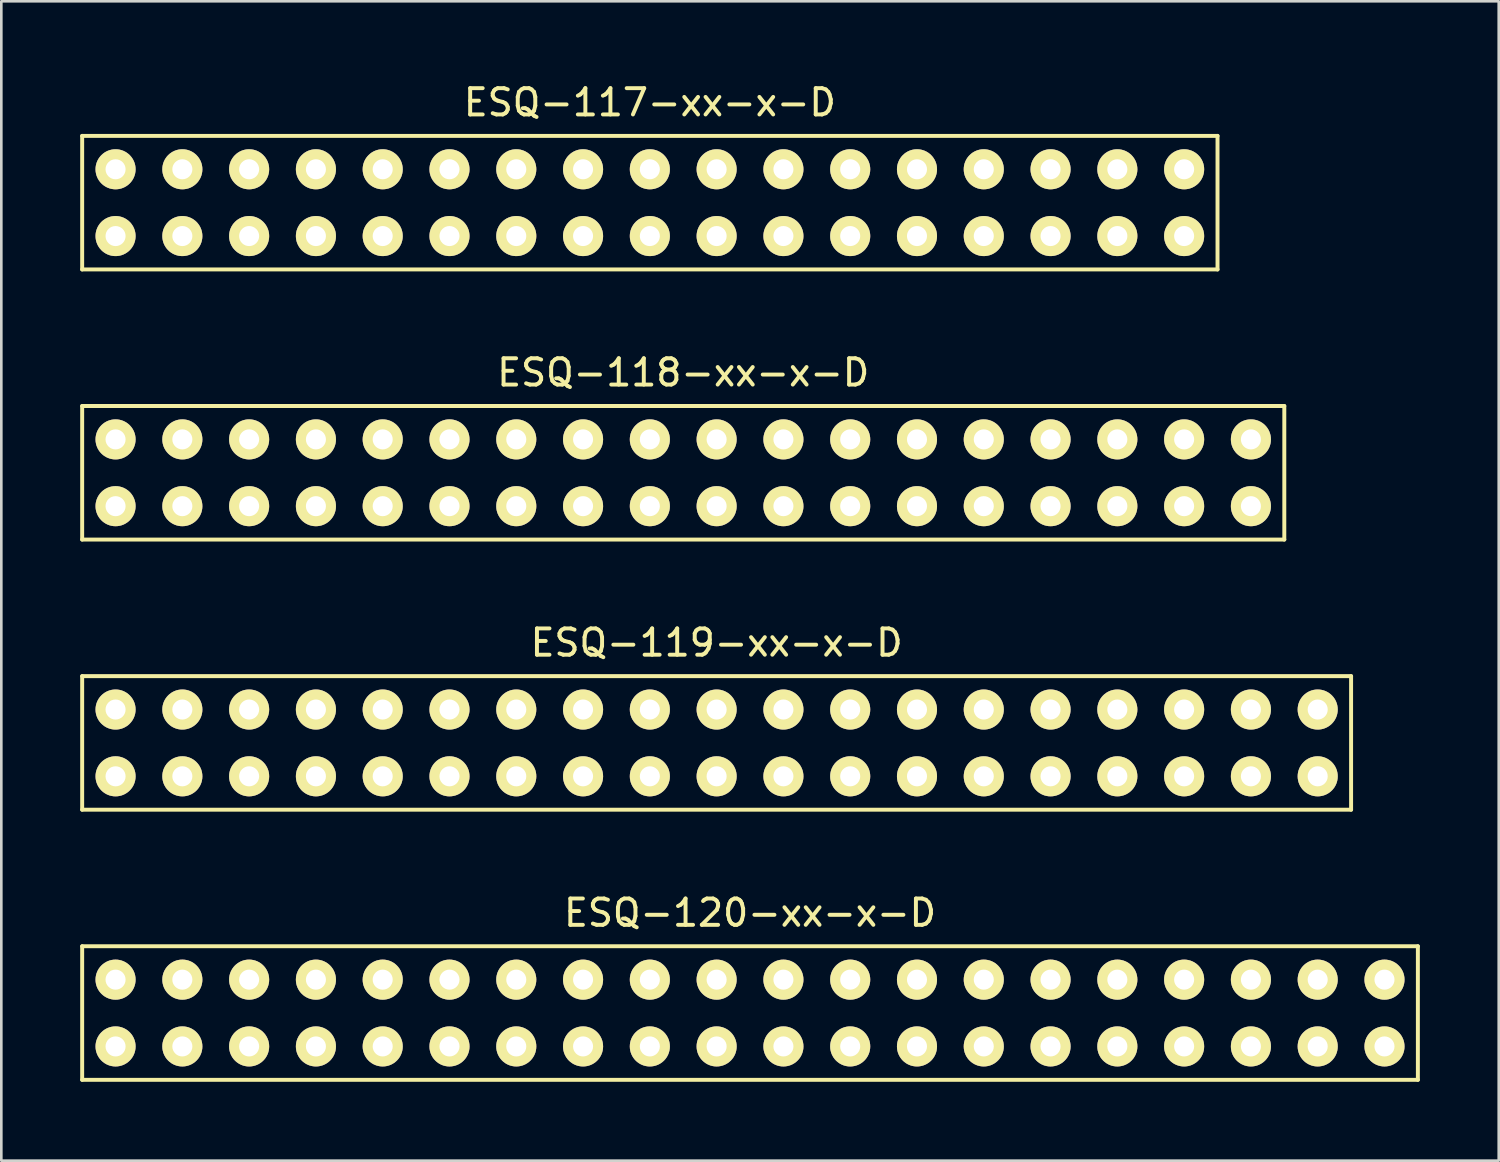
<source format=kicad_pcb>
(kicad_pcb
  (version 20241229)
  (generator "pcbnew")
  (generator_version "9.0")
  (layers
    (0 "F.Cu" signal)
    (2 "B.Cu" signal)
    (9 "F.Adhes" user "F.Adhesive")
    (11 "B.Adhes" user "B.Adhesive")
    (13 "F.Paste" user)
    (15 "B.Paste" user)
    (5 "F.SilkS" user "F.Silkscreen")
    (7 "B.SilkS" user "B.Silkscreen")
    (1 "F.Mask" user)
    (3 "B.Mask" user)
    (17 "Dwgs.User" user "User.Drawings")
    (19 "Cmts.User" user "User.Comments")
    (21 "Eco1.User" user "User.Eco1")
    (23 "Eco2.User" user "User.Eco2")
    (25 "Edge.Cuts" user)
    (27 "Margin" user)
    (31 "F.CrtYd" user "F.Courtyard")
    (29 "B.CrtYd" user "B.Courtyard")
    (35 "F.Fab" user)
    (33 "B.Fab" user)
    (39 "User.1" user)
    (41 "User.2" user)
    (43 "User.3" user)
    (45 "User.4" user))
  (footprint "ESQ-119-xx-x-D"
    (layer "F.Cu")
    (at 24.205 25.205)
    (property "Reference" "ESQ-119-xx-x-D" (at 0 -3.81 0) (layer "F.SilkS") (effects (font (size 1 1) (thickness 0.15))))
    (attr through_hole)
    (fp_line (start -24.13 2.54) (end -24.13 -2.54) (stroke (width 0.15) (type solid)) (layer "F.SilkS"))
    (fp_line (start -24.13 2.54) (end 24.13 2.54) (stroke (width 0.15) (type solid)) (layer "F.SilkS"))
    (fp_line (start 24.13 -2.54) (end -24.13 -2.54) (stroke (width 0.15) (type solid)) (layer "F.SilkS"))
    (fp_line (start 24.13 -2.54) (end 24.13 2.54) (stroke (width 0.15) (type solid)) (layer "F.SilkS"))
    (pad "1" thru_hole circle (at -22.86 -1.27) (size 1.524 1.524) (drill 0.762) (layers "*.Mask" "B.Cu" "F.SilkS"))
    (pad "2" thru_hole circle (at -22.86 1.27) (size 1.524 1.524) (drill 0.762) (layers "*.Mask" "B.Cu" "F.SilkS"))
    (pad "3" thru_hole circle (at -20.32 -1.27) (size 1.524 1.524) (drill 0.762) (layers "*.Mask" "B.Cu" "F.SilkS"))
    (pad "4" thru_hole circle (at -20.32 1.27) (size 1.524 1.524) (drill 0.762) (layers "*.Mask" "B.Cu" "F.SilkS"))
    (pad "5" thru_hole circle (at -17.78 -1.27) (size 1.524 1.524) (drill 0.762) (layers "*.Mask" "B.Cu" "F.SilkS"))
    (pad "6" thru_hole circle (at -17.78 1.27) (size 1.524 1.524) (drill 0.762) (layers "*.Mask" "B.Cu" "F.SilkS"))
    (pad "7" thru_hole circle (at -15.24 -1.27) (size 1.524 1.524) (drill 0.762) (layers "*.Mask" "B.Cu" "F.SilkS"))
    (pad "8" thru_hole circle (at -15.24 1.27) (size 1.524 1.524) (drill 0.762) (layers "*.Mask" "B.Cu" "F.SilkS"))
    (pad "9" thru_hole circle (at -12.7 -1.27) (size 1.524 1.524) (drill 0.762) (layers "*.Mask" "B.Cu" "F.SilkS"))
    (pad "10" thru_hole circle (at -12.7 1.27) (size 1.524 1.524) (drill 0.762) (layers "*.Mask" "B.Cu" "F.SilkS"))
    (pad "11" thru_hole circle (at -10.16 -1.27) (size 1.524 1.524) (drill 0.762) (layers "*.Mask" "B.Cu" "F.SilkS"))
    (pad "12" thru_hole circle (at -10.16 1.27) (size 1.524 1.524) (drill 0.762) (layers "*.Mask" "B.Cu" "F.SilkS"))
    (pad "13" thru_hole circle (at -7.62 -1.27) (size 1.524 1.524) (drill 0.762) (layers "*.Mask" "B.Cu" "F.SilkS"))
    (pad "14" thru_hole circle (at -7.62 1.27) (size 1.524 1.524) (drill 0.762) (layers "*.Mask" "B.Cu" "F.SilkS"))
    (pad "15" thru_hole circle (at -5.08 -1.27) (size 1.524 1.524) (drill 0.762) (layers "*.Mask" "B.Cu" "F.SilkS"))
    (pad "16" thru_hole circle (at -5.08 1.27) (size 1.524 1.524) (drill 0.762) (layers "*.Mask" "B.Cu" "F.SilkS"))
    (pad "17" thru_hole circle (at -2.54 -1.27) (size 1.524 1.524) (drill 0.762) (layers "*.Mask" "B.Cu" "F.SilkS"))
    (pad "18" thru_hole circle (at -2.54 1.27) (size 1.524 1.524) (drill 0.762) (layers "*.Mask" "B.Cu" "F.SilkS"))
    (pad "19" thru_hole circle (at 0 -1.27) (size 1.524 1.524) (drill 0.762) (layers "*.Mask" "B.Cu" "F.SilkS"))
    (pad "20" thru_hole circle (at 0 1.27) (size 1.524 1.524) (drill 0.762) (layers "*.Mask" "B.Cu" "F.SilkS"))
    (pad "21" thru_hole circle (at 2.54 -1.27) (size 1.524 1.524) (drill 0.762) (layers "*.Mask" "B.Cu" "F.SilkS"))
    (pad "22" thru_hole circle (at 2.54 1.27) (size 1.524 1.524) (drill 0.762) (layers "*.Mask" "B.Cu" "F.SilkS"))
    (pad "23" thru_hole circle (at 5.08 -1.27) (size 1.524 1.524) (drill 0.762) (layers "*.Mask" "B.Cu" "F.SilkS"))
    (pad "24" thru_hole circle (at 5.08 1.27) (size 1.524 1.524) (drill 0.762) (layers "*.Mask" "B.Cu" "F.SilkS"))
    (pad "25" thru_hole circle (at 7.62 -1.27) (size 1.524 1.524) (drill 0.762) (layers "*.Mask" "B.Cu" "F.SilkS"))
    (pad "26" thru_hole circle (at 7.62 1.27) (size 1.524 1.524) (drill 0.762) (layers "*.Mask" "B.Cu" "F.SilkS"))
    (pad "27" thru_hole circle (at 10.16 -1.27) (size 1.524 1.524) (drill 0.762) (layers "*.Mask" "B.Cu" "F.SilkS"))
    (pad "28" thru_hole circle (at 10.16 1.27) (size 1.524 1.524) (drill 0.762) (layers "*.Mask" "B.Cu" "F.SilkS"))
    (pad "29" thru_hole circle (at 12.7 -1.27) (size 1.524 1.524) (drill 0.762) (layers "*.Mask" "B.Cu" "F.SilkS"))
    (pad "30" thru_hole circle (at 12.7 1.27) (size 1.524 1.524) (drill 0.762) (layers "*.Mask" "B.Cu" "F.SilkS"))
    (pad "31" thru_hole circle (at 15.24 -1.27) (size 1.524 1.524) (drill 0.762) (layers "*.Mask" "B.Cu" "F.SilkS"))
    (pad "32" thru_hole circle (at 15.24 1.27) (size 1.524 1.524) (drill 0.762) (layers "*.Mask" "B.Cu" "F.SilkS"))
    (pad "33" thru_hole circle (at 17.78 -1.27) (size 1.524 1.524) (drill 0.762) (layers "*.Mask" "B.Cu" "F.SilkS"))
    (pad "34" thru_hole circle (at 17.78 1.27) (size 1.524 1.524) (drill 0.762) (layers "*.Mask" "B.Cu" "F.SilkS"))
    (pad "35" thru_hole circle (at 20.32 -1.27) (size 1.524 1.524) (drill 0.762) (layers "*.Mask" "B.Cu" "F.SilkS"))
    (pad "36" thru_hole circle (at 20.32 1.27) (size 1.524 1.524) (drill 0.762) (layers "*.Mask" "B.Cu" "F.SilkS"))
    (pad "37" thru_hole circle (at 22.86 -1.27) (size 1.524 1.524) (drill 0.762) (layers "*.Mask" "B.Cu" "F.SilkS"))
    (pad "38" thru_hole circle (at 22.86 1.27) (size 1.524 1.524) (drill 0.762) (layers "*.Mask" "B.Cu" "F.SilkS")))
  (footprint "ESQ-117-xx-x-D"
    (layer "F.Cu")
    (at 21.665 4.658)
    (property "Reference" "ESQ-117-xx-x-D" (at 0 -3.81 0) (layer "F.SilkS") (effects (font (size 1 1) (thickness 0.15))))
    (attr through_hole)
    (fp_line (start -21.59 -2.54) (end 21.59 -2.54) (stroke (width 0.15) (type solid)) (layer "F.SilkS"))
    (fp_line (start -21.59 2.54) (end -21.59 -2.54) (stroke (width 0.15) (type solid)) (layer "F.SilkS"))
    (fp_line (start -21.59 2.54) (end 21.59 2.54) (stroke (width 0.15) (type solid)) (layer "F.SilkS"))
    (fp_line (start 21.59 -2.54) (end 21.59 2.54) (stroke (width 0.15) (type solid)) (layer "F.SilkS"))
    (pad "1" thru_hole circle (at -20.32 -1.27) (size 1.524 1.524) (drill 0.762) (layers "*.Mask" "B.Cu" "F.SilkS"))
    (pad "2" thru_hole circle (at -20.32 1.27) (size 1.524 1.524) (drill 0.762) (layers "*.Mask" "B.Cu" "F.SilkS"))
    (pad "3" thru_hole circle (at -17.78 -1.27) (size 1.524 1.524) (drill 0.762) (layers "*.Mask" "B.Cu" "F.SilkS"))
    (pad "4" thru_hole circle (at -17.78 1.27) (size 1.524 1.524) (drill 0.762) (layers "*.Mask" "B.Cu" "F.SilkS"))
    (pad "5" thru_hole circle (at -15.24 -1.27) (size 1.524 1.524) (drill 0.762) (layers "*.Mask" "B.Cu" "F.SilkS"))
    (pad "6" thru_hole circle (at -15.24 1.27) (size 1.524 1.524) (drill 0.762) (layers "*.Mask" "B.Cu" "F.SilkS"))
    (pad "7" thru_hole circle (at -12.7 -1.27) (size 1.524 1.524) (drill 0.762) (layers "*.Mask" "B.Cu" "F.SilkS"))
    (pad "8" thru_hole circle (at -12.7 1.27) (size 1.524 1.524) (drill 0.762) (layers "*.Mask" "B.Cu" "F.SilkS"))
    (pad "9" thru_hole circle (at -10.16 -1.27) (size 1.524 1.524) (drill 0.762) (layers "*.Mask" "B.Cu" "F.SilkS"))
    (pad "10" thru_hole circle (at -10.16 1.27) (size 1.524 1.524) (drill 0.762) (layers "*.Mask" "B.Cu" "F.SilkS"))
    (pad "11" thru_hole circle (at -7.62 -1.27) (size 1.524 1.524) (drill 0.762) (layers "*.Mask" "B.Cu" "F.SilkS"))
    (pad "12" thru_hole circle (at -7.62 1.27) (size 1.524 1.524) (drill 0.762) (layers "*.Mask" "B.Cu" "F.SilkS"))
    (pad "13" thru_hole circle (at -5.08 -1.27) (size 1.524 1.524) (drill 0.762) (layers "*.Mask" "B.Cu" "F.SilkS"))
    (pad "14" thru_hole circle (at -5.08 1.27) (size 1.524 1.524) (drill 0.762) (layers "*.Mask" "B.Cu" "F.SilkS"))
    (pad "15" thru_hole circle (at -2.54 -1.27) (size 1.524 1.524) (drill 0.762) (layers "*.Mask" "B.Cu" "F.SilkS"))
    (pad "16" thru_hole circle (at -2.54 1.27) (size 1.524 1.524) (drill 0.762) (layers "*.Mask" "B.Cu" "F.SilkS"))
    (pad "17" thru_hole circle (at 0 -1.27) (size 1.524 1.524) (drill 0.762) (layers "*.Mask" "B.Cu" "F.SilkS"))
    (pad "18" thru_hole circle (at 0 1.27) (size 1.524 1.524) (drill 0.762) (layers "*.Mask" "B.Cu" "F.SilkS"))
    (pad "19" thru_hole circle (at 2.54 -1.27) (size 1.524 1.524) (drill 0.762) (layers "*.Mask" "B.Cu" "F.SilkS"))
    (pad "20" thru_hole circle (at 2.54 1.27) (size 1.524 1.524) (drill 0.762) (layers "*.Mask" "B.Cu" "F.SilkS"))
    (pad "21" thru_hole circle (at 5.08 -1.27) (size 1.524 1.524) (drill 0.762) (layers "*.Mask" "B.Cu" "F.SilkS"))
    (pad "22" thru_hole circle (at 5.08 1.27) (size 1.524 1.524) (drill 0.762) (layers "*.Mask" "B.Cu" "F.SilkS"))
    (pad "23" thru_hole circle (at 7.62 -1.27) (size 1.524 1.524) (drill 0.762) (layers "*.Mask" "B.Cu" "F.SilkS"))
    (pad "24" thru_hole circle (at 7.62 1.27) (size 1.524 1.524) (drill 0.762) (layers "*.Mask" "B.Cu" "F.SilkS"))
    (pad "25" thru_hole circle (at 10.16 -1.27) (size 1.524 1.524) (drill 0.762) (layers "*.Mask" "B.Cu" "F.SilkS"))
    (pad "26" thru_hole circle (at 10.16 1.27) (size 1.524 1.524) (drill 0.762) (layers "*.Mask" "B.Cu" "F.SilkS"))
    (pad "27" thru_hole circle (at 12.7 -1.27) (size 1.524 1.524) (drill 0.762) (layers "*.Mask" "B.Cu" "F.SilkS"))
    (pad "28" thru_hole circle (at 12.7 1.27) (size 1.524 1.524) (drill 0.762) (layers "*.Mask" "B.Cu" "F.SilkS"))
    (pad "29" thru_hole circle (at 15.24 -1.27) (size 1.524 1.524) (drill 0.762) (layers "*.Mask" "B.Cu" "F.SilkS"))
    (pad "30" thru_hole circle (at 15.24 1.27) (size 1.524 1.524) (drill 0.762) (layers "*.Mask" "B.Cu" "F.SilkS"))
    (pad "31" thru_hole circle (at 17.78 -1.27) (size 1.524 1.524) (drill 0.762) (layers "*.Mask" "B.Cu" "F.SilkS"))
    (pad "32" thru_hole circle (at 17.78 1.27) (size 1.524 1.524) (drill 0.762) (layers "*.Mask" "B.Cu" "F.SilkS"))
    (pad "33" thru_hole circle (at 20.32 -1.27) (size 1.524 1.524) (drill 0.762) (layers "*.Mask" "B.Cu" "F.SilkS"))
    (pad "34" thru_hole circle (at 20.32 1.27) (size 1.524 1.524) (drill 0.762) (layers "*.Mask" "B.Cu" "F.SilkS")))
  (footprint "ESQ-118-xx-x-D"
    (layer "F.Cu")
    (at 22.935 14.931)
    (property "Reference" "ESQ-118-xx-x-D" (at 0 -3.81 0) (layer "F.SilkS") (effects (font (size 1 1) (thickness 0.15))))
    (attr through_hole)
    (fp_line (start -22.86 -2.54) (end 22.86 -2.54) (stroke (width 0.15) (type solid)) (layer "F.SilkS"))
    (fp_line (start -22.86 2.54) (end -22.86 -2.54) (stroke (width 0.15) (type solid)) (layer "F.SilkS"))
    (fp_line (start 22.86 -2.54) (end 22.86 2.54) (stroke (width 0.15) (type solid)) (layer "F.SilkS"))
    (fp_line (start 22.86 2.54) (end -22.86 2.54) (stroke (width 0.15) (type solid)) (layer "F.SilkS"))
    (pad "1" thru_hole circle (at -21.59 -1.27) (size 1.524 1.524) (drill 0.762) (layers "*.Mask" "B.Cu" "F.SilkS"))
    (pad "2" thru_hole circle (at -21.59 1.27) (size 1.524 1.524) (drill 0.762) (layers "*.Mask" "B.Cu" "F.SilkS"))
    (pad "3" thru_hole circle (at -19.05 -1.27) (size 1.524 1.524) (drill 0.762) (layers "*.Mask" "B.Cu" "F.SilkS"))
    (pad "4" thru_hole circle (at -19.05 1.27) (size 1.524 1.524) (drill 0.762) (layers "*.Mask" "B.Cu" "F.SilkS"))
    (pad "5" thru_hole circle (at -16.51 -1.27) (size 1.524 1.524) (drill 0.762) (layers "*.Mask" "B.Cu" "F.SilkS"))
    (pad "6" thru_hole circle (at -16.51 1.27) (size 1.524 1.524) (drill 0.762) (layers "*.Mask" "B.Cu" "F.SilkS"))
    (pad "7" thru_hole circle (at -13.97 -1.27) (size 1.524 1.524) (drill 0.762) (layers "*.Mask" "B.Cu" "F.SilkS"))
    (pad "8" thru_hole circle (at -13.97 1.27) (size 1.524 1.524) (drill 0.762) (layers "*.Mask" "B.Cu" "F.SilkS"))
    (pad "9" thru_hole circle (at -11.43 -1.27) (size 1.524 1.524) (drill 0.762) (layers "*.Mask" "B.Cu" "F.SilkS"))
    (pad "10" thru_hole circle (at -11.43 1.27) (size 1.524 1.524) (drill 0.762) (layers "*.Mask" "B.Cu" "F.SilkS"))
    (pad "11" thru_hole circle (at -8.89 -1.27) (size 1.524 1.524) (drill 0.762) (layers "*.Mask" "B.Cu" "F.SilkS"))
    (pad "12" thru_hole circle (at -8.89 1.27) (size 1.524 1.524) (drill 0.762) (layers "*.Mask" "B.Cu" "F.SilkS"))
    (pad "13" thru_hole circle (at -6.35 -1.27) (size 1.524 1.524) (drill 0.762) (layers "*.Mask" "B.Cu" "F.SilkS"))
    (pad "14" thru_hole circle (at -6.35 1.27) (size 1.524 1.524) (drill 0.762) (layers "*.Mask" "B.Cu" "F.SilkS"))
    (pad "15" thru_hole circle (at -3.81 -1.27) (size 1.524 1.524) (drill 0.762) (layers "*.Mask" "B.Cu" "F.SilkS"))
    (pad "16" thru_hole circle (at -3.81 1.27) (size 1.524 1.524) (drill 0.762) (layers "*.Mask" "B.Cu" "F.SilkS"))
    (pad "17" thru_hole circle (at -1.27 -1.27) (size 1.524 1.524) (drill 0.762) (layers "*.Mask" "B.Cu" "F.SilkS"))
    (pad "18" thru_hole circle (at -1.27 1.27) (size 1.524 1.524) (drill 0.762) (layers "*.Mask" "B.Cu" "F.SilkS"))
    (pad "19" thru_hole circle (at 1.27 -1.27) (size 1.524 1.524) (drill 0.762) (layers "*.Mask" "B.Cu" "F.SilkS"))
    (pad "20" thru_hole circle (at 1.27 1.27) (size 1.524 1.524) (drill 0.762) (layers "*.Mask" "B.Cu" "F.SilkS"))
    (pad "21" thru_hole circle (at 3.81 -1.27) (size 1.524 1.524) (drill 0.762) (layers "*.Mask" "B.Cu" "F.SilkS"))
    (pad "22" thru_hole circle (at 3.81 1.27) (size 1.524 1.524) (drill 0.762) (layers "*.Mask" "B.Cu" "F.SilkS"))
    (pad "23" thru_hole circle (at 6.35 -1.27) (size 1.524 1.524) (drill 0.762) (layers "*.Mask" "B.Cu" "F.SilkS"))
    (pad "24" thru_hole circle (at 6.35 1.27) (size 1.524 1.524) (drill 0.762) (layers "*.Mask" "B.Cu" "F.SilkS"))
    (pad "25" thru_hole circle (at 8.89 -1.27) (size 1.524 1.524) (drill 0.762) (layers "*.Mask" "B.Cu" "F.SilkS"))
    (pad "26" thru_hole circle (at 8.89 1.27) (size 1.524 1.524) (drill 0.762) (layers "*.Mask" "B.Cu" "F.SilkS"))
    (pad "27" thru_hole circle (at 11.43 -1.27) (size 1.524 1.524) (drill 0.762) (layers "*.Mask" "B.Cu" "F.SilkS"))
    (pad "28" thru_hole circle (at 11.43 1.27) (size 1.524 1.524) (drill 0.762) (layers "*.Mask" "B.Cu" "F.SilkS"))
    (pad "29" thru_hole circle (at 13.97 -1.27) (size 1.524 1.524) (drill 0.762) (layers "*.Mask" "B.Cu" "F.SilkS"))
    (pad "30" thru_hole circle (at 13.97 1.27) (size 1.524 1.524) (drill 0.762) (layers "*.Mask" "B.Cu" "F.SilkS"))
    (pad "31" thru_hole circle (at 16.51 -1.27) (size 1.524 1.524) (drill 0.762) (layers "*.Mask" "B.Cu" "F.SilkS"))
    (pad "32" thru_hole circle (at 16.51 1.27) (size 1.524 1.524) (drill 0.762) (layers "*.Mask" "B.Cu" "F.SilkS"))
    (pad "33" thru_hole circle (at 19.05 -1.27) (size 1.524 1.524) (drill 0.762) (layers "*.Mask" "B.Cu" "F.SilkS"))
    (pad "34" thru_hole circle (at 19.05 1.27) (size 1.524 1.524) (drill 0.762) (layers "*.Mask" "B.Cu" "F.SilkS"))
    (pad "35" thru_hole circle (at 21.59 -1.27) (size 1.524 1.524) (drill 0.762) (layers "*.Mask" "B.Cu" "F.SilkS"))
    (pad "36" thru_hole circle (at 21.59 1.27) (size 1.524 1.524) (drill 0.762) (layers "*.Mask" "B.Cu" "F.SilkS")))
  (footprint "ESQ-120-xx-x-D"
    (layer "F.Cu")
    (at 25.475 35.478)
    (property "Reference" "ESQ-120-xx-x-D" (at 0 -3.81 0) (layer "F.SilkS") (effects (font (size 1 1) (thickness 0.15))))
    (attr through_hole)
    (fp_line (start -25.4 -2.54) (end 25.4 -2.54) (stroke (width 0.15) (type solid)) (layer "F.SilkS"))
    (fp_line (start -25.4 2.54) (end -25.4 -2.54) (stroke (width 0.15) (type solid)) (layer "F.SilkS"))
    (fp_line (start 25.4 -2.54) (end 25.4 2.54) (stroke (width 0.15) (type solid)) (layer "F.SilkS"))
    (fp_line (start 25.4 2.54) (end -25.4 2.54) (stroke (width 0.15) (type solid)) (layer "F.SilkS"))
    (pad "1" thru_hole circle (at -24.13 -1.27) (size 1.524 1.524) (drill 0.762) (layers "*.Mask" "B.Cu" "F.SilkS"))
    (pad "2" thru_hole circle (at -24.13 1.27) (size 1.524 1.524) (drill 0.762) (layers "*.Mask" "B.Cu" "F.SilkS"))
    (pad "3" thru_hole circle (at -21.59 -1.27) (size 1.524 1.524) (drill 0.762) (layers "*.Mask" "B.Cu" "F.SilkS"))
    (pad "4" thru_hole circle (at -21.59 1.27) (size 1.524 1.524) (drill 0.762) (layers "*.Mask" "B.Cu" "F.SilkS"))
    (pad "5" thru_hole circle (at -19.05 -1.27) (size 1.524 1.524) (drill 0.762) (layers "*.Mask" "B.Cu" "F.SilkS"))
    (pad "6" thru_hole circle (at -19.05 1.27) (size 1.524 1.524) (drill 0.762) (layers "*.Mask" "B.Cu" "F.SilkS"))
    (pad "7" thru_hole circle (at -16.51 -1.27) (size 1.524 1.524) (drill 0.762) (layers "*.Mask" "B.Cu" "F.SilkS"))
    (pad "8" thru_hole circle (at -16.51 1.27) (size 1.524 1.524) (drill 0.762) (layers "*.Mask" "B.Cu" "F.SilkS"))
    (pad "9" thru_hole circle (at -13.97 -1.27) (size 1.524 1.524) (drill 0.762) (layers "*.Mask" "B.Cu" "F.SilkS"))
    (pad "10" thru_hole circle (at -13.97 1.27) (size 1.524 1.524) (drill 0.762) (layers "*.Mask" "B.Cu" "F.SilkS"))
    (pad "11" thru_hole circle (at -11.43 -1.27) (size 1.524 1.524) (drill 0.762) (layers "*.Mask" "B.Cu" "F.SilkS"))
    (pad "12" thru_hole circle (at -11.43 1.27) (size 1.524 1.524) (drill 0.762) (layers "*.Mask" "B.Cu" "F.SilkS"))
    (pad "13" thru_hole circle (at -8.89 -1.27) (size 1.524 1.524) (drill 0.762) (layers "*.Mask" "B.Cu" "F.SilkS"))
    (pad "14" thru_hole circle (at -8.89 1.27) (size 1.524 1.524) (drill 0.762) (layers "*.Mask" "B.Cu" "F.SilkS"))
    (pad "15" thru_hole circle (at -6.35 -1.27) (size 1.524 1.524) (drill 0.762) (layers "*.Mask" "B.Cu" "F.SilkS"))
    (pad "16" thru_hole circle (at -6.35 1.27) (size 1.524 1.524) (drill 0.762) (layers "*.Mask" "B.Cu" "F.SilkS"))
    (pad "17" thru_hole circle (at -3.81 -1.27) (size 1.524 1.524) (drill 0.762) (layers "*.Mask" "B.Cu" "F.SilkS"))
    (pad "18" thru_hole circle (at -3.81 1.27) (size 1.524 1.524) (drill 0.762) (layers "*.Mask" "B.Cu" "F.SilkS"))
    (pad "19" thru_hole circle (at -1.27 -1.27) (size 1.524 1.524) (drill 0.762) (layers "*.Mask" "B.Cu" "F.SilkS"))
    (pad "20" thru_hole circle (at -1.27 1.27) (size 1.524 1.524) (drill 0.762) (layers "*.Mask" "B.Cu" "F.SilkS"))
    (pad "21" thru_hole circle (at 1.27 -1.27) (size 1.524 1.524) (drill 0.762) (layers "*.Mask" "B.Cu" "F.SilkS"))
    (pad "22" thru_hole circle (at 1.27 1.27) (size 1.524 1.524) (drill 0.762) (layers "*.Mask" "B.Cu" "F.SilkS"))
    (pad "23" thru_hole circle (at 3.81 -1.27) (size 1.524 1.524) (drill 0.762) (layers "*.Mask" "B.Cu" "F.SilkS"))
    (pad "24" thru_hole circle (at 3.81 1.27) (size 1.524 1.524) (drill 0.762) (layers "*.Mask" "B.Cu" "F.SilkS"))
    (pad "25" thru_hole circle (at 6.35 -1.27) (size 1.524 1.524) (drill 0.762) (layers "*.Mask" "B.Cu" "F.SilkS"))
    (pad "26" thru_hole circle (at 6.35 1.27) (size 1.524 1.524) (drill 0.762) (layers "*.Mask" "B.Cu" "F.SilkS"))
    (pad "27" thru_hole circle (at 8.89 -1.27) (size 1.524 1.524) (drill 0.762) (layers "*.Mask" "B.Cu" "F.SilkS"))
    (pad "28" thru_hole circle (at 8.89 1.27) (size 1.524 1.524) (drill 0.762) (layers "*.Mask" "B.Cu" "F.SilkS"))
    (pad "29" thru_hole circle (at 11.43 -1.27) (size 1.524 1.524) (drill 0.762) (layers "*.Mask" "B.Cu" "F.SilkS"))
    (pad "30" thru_hole circle (at 11.43 1.27) (size 1.524 1.524) (drill 0.762) (layers "*.Mask" "B.Cu" "F.SilkS"))
    (pad "31" thru_hole circle (at 13.97 -1.27) (size 1.524 1.524) (drill 0.762) (layers "*.Mask" "B.Cu" "F.SilkS"))
    (pad "32" thru_hole circle (at 13.97 1.27) (size 1.524 1.524) (drill 0.762) (layers "*.Mask" "B.Cu" "F.SilkS"))
    (pad "33" thru_hole circle (at 16.51 -1.27) (size 1.524 1.524) (drill 0.762) (layers "*.Mask" "B.Cu" "F.SilkS"))
    (pad "34" thru_hole circle (at 16.51 1.27) (size 1.524 1.524) (drill 0.762) (layers "*.Mask" "B.Cu" "F.SilkS"))
    (pad "35" thru_hole circle (at 19.05 -1.27) (size 1.524 1.524) (drill 0.762) (layers "*.Mask" "B.Cu" "F.SilkS"))
    (pad "36" thru_hole circle (at 19.05 1.27) (size 1.524 1.524) (drill 0.762) (layers "*.Mask" "B.Cu" "F.SilkS"))
    (pad "37" thru_hole circle (at 21.59 -1.27) (size 1.524 1.524) (drill 0.762) (layers "*.Mask" "B.Cu" "F.SilkS"))
    (pad "38" thru_hole circle (at 21.59 1.27) (size 1.524 1.524) (drill 0.762) (layers "*.Mask" "B.Cu" "F.SilkS"))
    (pad "39" thru_hole circle (at 24.13 -1.27) (size 1.524 1.524) (drill 0.762) (layers "*.Mask" "B.Cu" "F.SilkS"))
    (pad "40" thru_hole circle (at 24.13 1.27) (size 1.524 1.524) (drill 0.762) (layers "*.Mask" "B.Cu" "F.SilkS")))
  (gr_rect
    (start -3 -3)
    (end 53.95 41.093)
    (stroke (width 0.1) (type default))
    (fill no)
    (layer "Edge.Cuts")))
</source>
